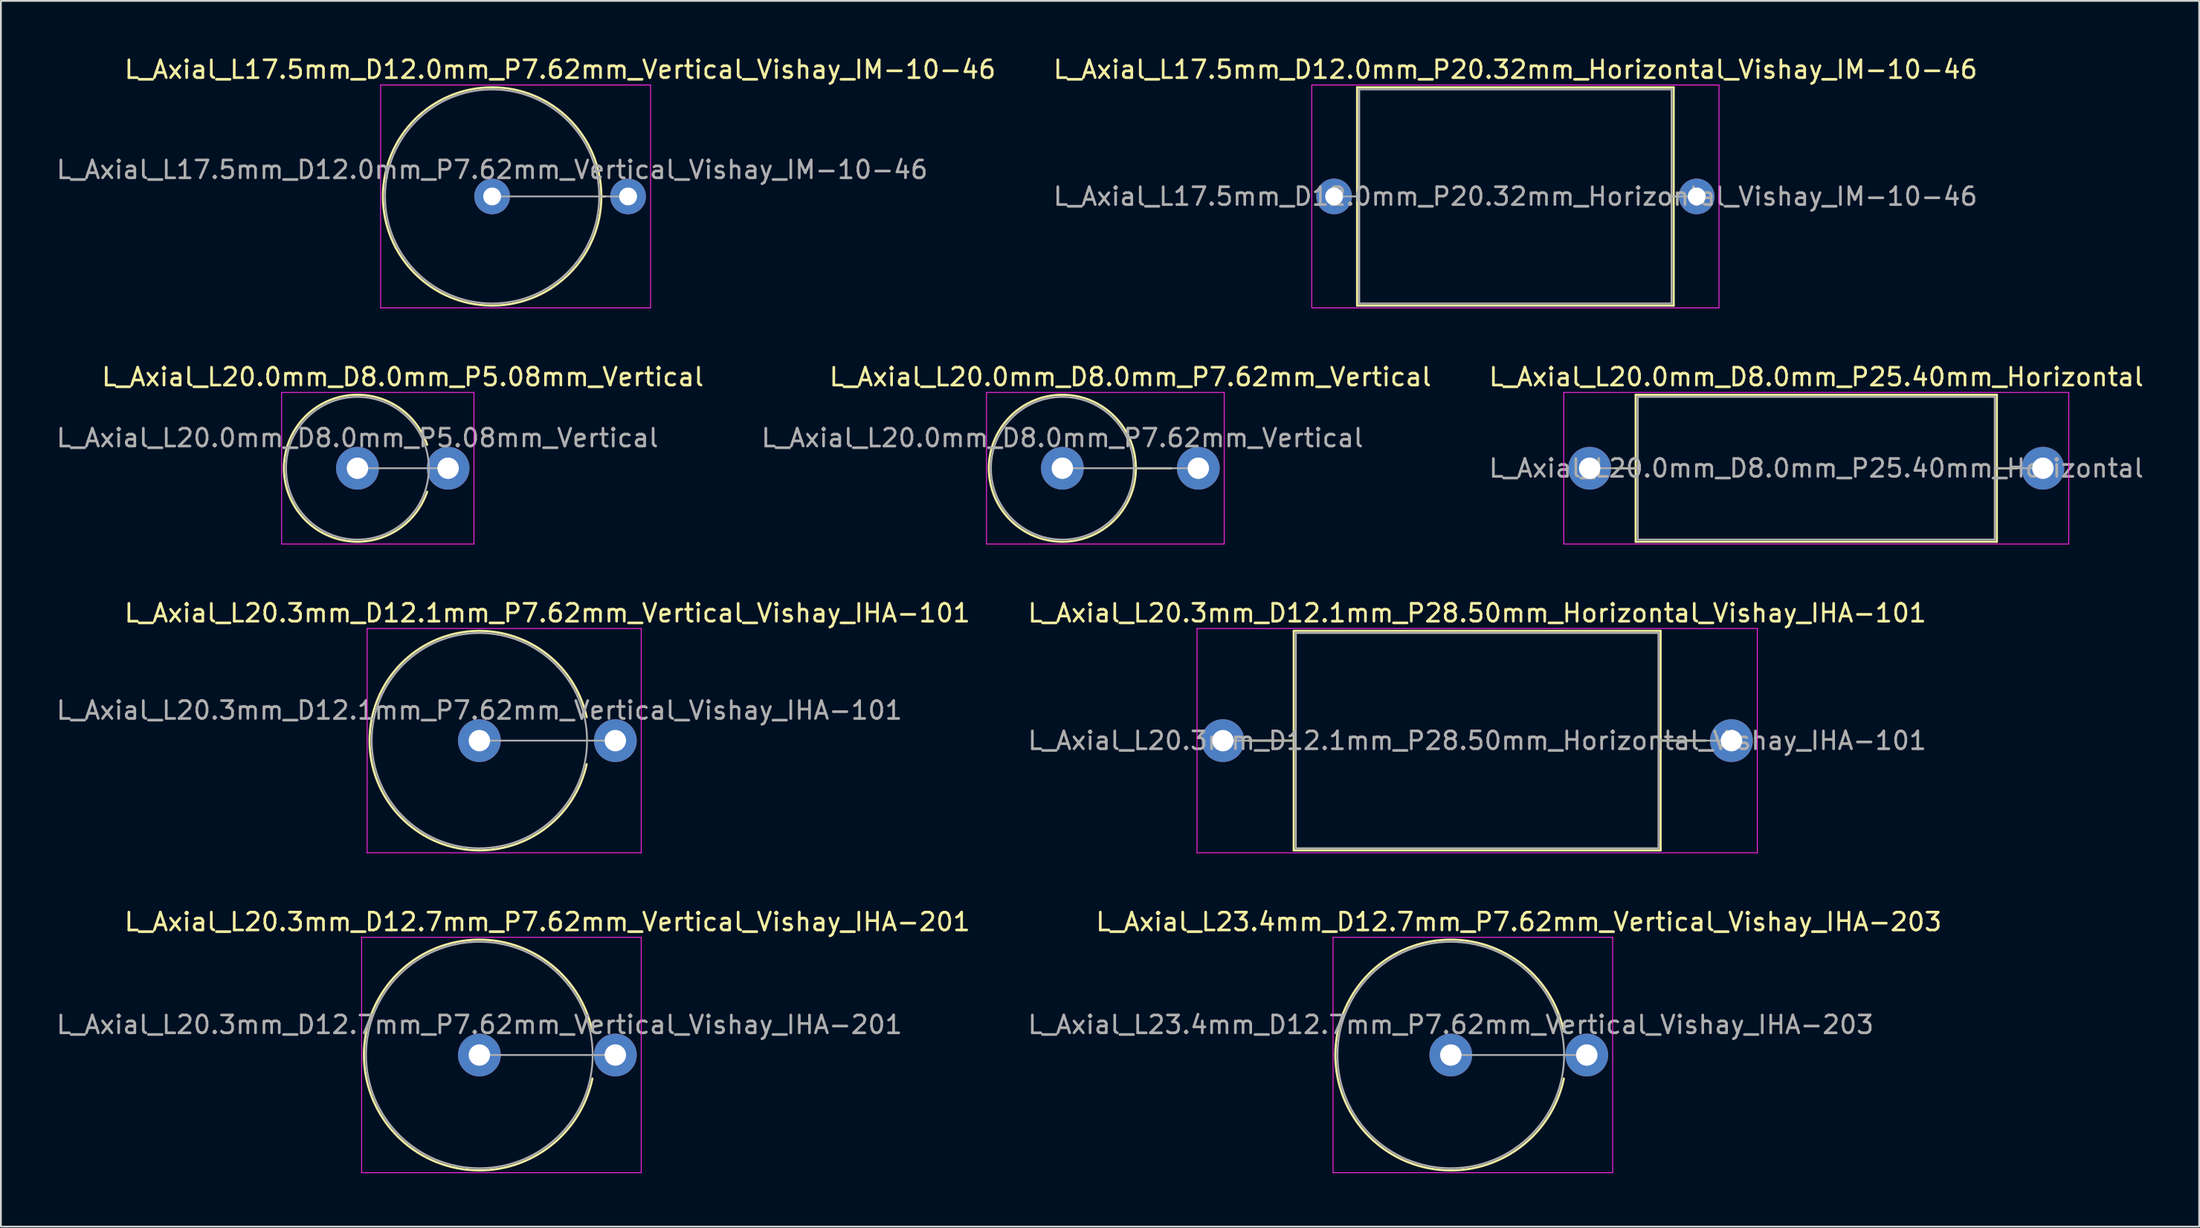
<source format=kicad_pcb>
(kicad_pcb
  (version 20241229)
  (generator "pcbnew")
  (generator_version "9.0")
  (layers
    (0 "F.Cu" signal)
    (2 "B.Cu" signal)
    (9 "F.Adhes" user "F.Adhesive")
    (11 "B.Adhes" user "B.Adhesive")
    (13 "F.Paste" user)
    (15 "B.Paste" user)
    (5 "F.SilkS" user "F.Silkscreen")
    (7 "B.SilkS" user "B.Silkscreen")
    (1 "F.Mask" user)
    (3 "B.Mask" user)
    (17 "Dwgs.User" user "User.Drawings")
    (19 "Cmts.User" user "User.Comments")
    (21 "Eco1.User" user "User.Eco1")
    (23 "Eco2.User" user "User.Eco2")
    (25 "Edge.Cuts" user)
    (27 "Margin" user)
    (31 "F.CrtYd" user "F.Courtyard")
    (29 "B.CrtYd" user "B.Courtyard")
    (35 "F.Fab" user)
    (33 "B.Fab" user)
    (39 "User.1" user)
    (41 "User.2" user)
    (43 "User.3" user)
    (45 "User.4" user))
  (footprint "L_Axial_L17.5mm_D12.0mm_P7.62mm_Vertical_Vishay_IM-10-46"
    (layer "F.Cu")
    (at 24.53 7.968)
    (property "Reference" "L_Axial_L17.5mm_D12.0mm_P7.62mm_Vertical_Vishay_IM-10-46" (at 3.81 -7.12 0) (layer "F.SilkS") (effects (font (size 1 1) (thickness 0.15))))
    (attr through_hole)
    (fp_line (start 6.12 0) (end 6.32 0) (stroke (width 0.12) (type solid)) (layer "F.SilkS"))
    (fp_circle (center 0 0) (end 6.12 0) (stroke (width 0.12) (type solid)) (fill no) (layer "F.SilkS"))
    (fp_line (start -6.25 -6.25) (end -6.25 6.25) (stroke (width 0.05) (type solid)) (layer "F.CrtYd"))
    (fp_line (start -6.25 6.25) (end 8.88 6.25) (stroke (width 0.05) (type solid)) (layer "F.CrtYd"))
    (fp_line (start 8.88 -6.25) (end -6.25 -6.25) (stroke (width 0.05) (type solid)) (layer "F.CrtYd"))
    (fp_line (start 8.88 6.25) (end 8.88 -6.25) (stroke (width 0.05) (type solid)) (layer "F.CrtYd"))
    (fp_line (start 0 0) (end 7.62 0) (stroke (width 0.1) (type solid)) (layer "F.Fab"))
    (fp_circle (center 0 0) (end 6 0) (stroke (width 0.1) (type solid)) (fill no) (layer "F.Fab"))
    (fp_text user "${REFERENCE}" (at 0 -1.5 0) (layer "F.Fab") (effects (font (size 1 1) (thickness 0.15))))
    (pad "1" thru_hole circle (at 0 0) (size 2 2) (drill 1) (layers "*.Cu" "*.Mask"))
    (pad "2" thru_hole oval (at 7.62 0) (size 2 2) (drill 1) (layers "*.Cu" "*.Mask")))
  (footprint "L_Axial_L17.5mm_D12.0mm_P20.32mm_Horizontal_Vishay_IM-10-46"
    (layer "F.Cu")
    (at 71.715 7.968)
    (property "Reference" "L_Axial_L17.5mm_D12.0mm_P20.32mm_Horizontal_Vishay_IM-10-46" (at 10.16 -7.12 0) (layer "F.SilkS") (effects (font (size 1 1) (thickness 0.15))))
    (attr through_hole)
    (fp_line (start 1.24 0) (end 1.29 0) (stroke (width 0.12) (type solid)) (layer "F.SilkS"))
    (fp_line (start 1.29 -6.12) (end 1.29 6.12) (stroke (width 0.12) (type solid)) (layer "F.SilkS"))
    (fp_line (start 1.29 6.12) (end 19.03 6.12) (stroke (width 0.12) (type solid)) (layer "F.SilkS"))
    (fp_line (start 19.03 -6.12) (end 1.29 -6.12) (stroke (width 0.12) (type solid)) (layer "F.SilkS"))
    (fp_line (start 19.03 6.12) (end 19.03 -6.12) (stroke (width 0.12) (type solid)) (layer "F.SilkS"))
    (fp_line (start 19.08 0) (end 19.03 0) (stroke (width 0.12) (type solid)) (layer "F.SilkS"))
    (fp_line (start -1.25 -6.25) (end -1.25 6.25) (stroke (width 0.05) (type solid)) (layer "F.CrtYd"))
    (fp_line (start -1.25 6.25) (end 21.57 6.25) (stroke (width 0.05) (type solid)) (layer "F.CrtYd"))
    (fp_line (start 21.57 -6.25) (end -1.25 -6.25) (stroke (width 0.05) (type solid)) (layer "F.CrtYd"))
    (fp_line (start 21.57 6.25) (end 21.57 -6.25) (stroke (width 0.05) (type solid)) (layer "F.CrtYd"))
    (fp_line (start 0 0) (end 1.41 0) (stroke (width 0.1) (type solid)) (layer "F.Fab"))
    (fp_line (start 1.41 -6) (end 1.41 6) (stroke (width 0.1) (type solid)) (layer "F.Fab"))
    (fp_line (start 1.41 6) (end 18.91 6) (stroke (width 0.1) (type solid)) (layer "F.Fab"))
    (fp_line (start 18.91 -6) (end 1.41 -6) (stroke (width 0.1) (type solid)) (layer "F.Fab"))
    (fp_line (start 18.91 6) (end 18.91 -6) (stroke (width 0.1) (type solid)) (layer "F.Fab"))
    (fp_line (start 20.32 0) (end 18.91 0) (stroke (width 0.1) (type solid)) (layer "F.Fab"))
    (fp_text user "${REFERENCE}" (at 10.16 0 0) (layer "F.Fab") (effects (font (size 1 1) (thickness 0.15))))
    (pad "1" thru_hole circle (at 0 0) (size 2 2) (drill 1) (layers "*.Cu" "*.Mask"))
    (pad "2" thru_hole oval (at 20.32 0) (size 2 2) (drill 1) (layers "*.Cu" "*.Mask")))
  (footprint "L_Axial_L20.3mm_D12.1mm_P28.50mm_Horizontal_Vishay_IHA-101"
    (layer "F.Cu")
    (at 65.483 38.49)
    (property "Reference" "L_Axial_L20.3mm_D12.1mm_P28.50mm_Horizontal_Vishay_IHA-101" (at 14.25 -7.155 0) (layer "F.SilkS") (effects (font (size 1 1) (thickness 0.15))))
    (attr through_hole)
    (fp_line (start 1.44 0) (end 3.97 0) (stroke (width 0.12) (type solid)) (layer "F.SilkS"))
    (fp_line (start 3.97 -6.155) (end 3.97 6.155) (stroke (width 0.12) (type solid)) (layer "F.SilkS"))
    (fp_line (start 3.97 6.155) (end 24.53 6.155) (stroke (width 0.12) (type solid)) (layer "F.SilkS"))
    (fp_line (start 24.53 -6.155) (end 3.97 -6.155) (stroke (width 0.12) (type solid)) (layer "F.SilkS"))
    (fp_line (start 24.53 6.155) (end 24.53 -6.155) (stroke (width 0.12) (type solid)) (layer "F.SilkS"))
    (fp_line (start 27.06 0) (end 24.53 0) (stroke (width 0.12) (type solid)) (layer "F.SilkS"))
    (fp_line (start -1.45 -6.29) (end -1.45 6.29) (stroke (width 0.05) (type solid)) (layer "F.CrtYd"))
    (fp_line (start -1.45 6.29) (end 29.95 6.29) (stroke (width 0.05) (type solid)) (layer "F.CrtYd"))
    (fp_line (start 29.95 -6.29) (end -1.45 -6.29) (stroke (width 0.05) (type solid)) (layer "F.CrtYd"))
    (fp_line (start 29.95 6.29) (end 29.95 -6.29) (stroke (width 0.05) (type solid)) (layer "F.CrtYd"))
    (fp_line (start 0 0) (end 4.09 0) (stroke (width 0.1) (type solid)) (layer "F.Fab"))
    (fp_line (start 4.09 -6.035) (end 4.09 6.035) (stroke (width 0.1) (type solid)) (layer "F.Fab"))
    (fp_line (start 4.09 6.035) (end 24.41 6.035) (stroke (width 0.1) (type solid)) (layer "F.Fab"))
    (fp_line (start 24.41 -6.035) (end 4.09 -6.035) (stroke (width 0.1) (type solid)) (layer "F.Fab"))
    (fp_line (start 24.41 6.035) (end 24.41 -6.035) (stroke (width 0.1) (type solid)) (layer "F.Fab"))
    (fp_line (start 28.5 0) (end 24.41 0) (stroke (width 0.1) (type solid)) (layer "F.Fab"))
    (fp_text user "${REFERENCE}" (at 14.25 0 0) (layer "F.Fab") (effects (font (size 1 1) (thickness 0.15))))
    (pad "1" thru_hole circle (at 0 0) (size 2.4 2.4) (drill 1.2) (layers "*.Cu" "*.Mask"))
    (pad "2" thru_hole oval (at 28.5 0) (size 2.4 2.4) (drill 1.2) (layers "*.Cu" "*.Mask")))
  (footprint "L_Axial_L20.0mm_D8.0mm_P7.62mm_Vertical"
    (layer "F.Cu")
    (at 56.486 23.212)
    (property "Reference" "L_Axial_L20.0mm_D8.0mm_P7.62mm_Vertical" (at 3.81 -5.12 0) (layer "F.SilkS") (effects (font (size 1 1) (thickness 0.15))))
    (attr through_hole)
    (fp_line (start 4.12 0) (end 6.12 0) (stroke (width 0.12) (type solid)) (layer "F.SilkS"))
    (fp_circle (center 0 0) (end 4.12 0) (stroke (width 0.12) (type solid)) (fill no) (layer "F.SilkS"))
    (fp_line (start -4.25 -4.25) (end -4.25 4.25) (stroke (width 0.05) (type solid)) (layer "F.CrtYd"))
    (fp_line (start -4.25 4.25) (end 9.07 4.25) (stroke (width 0.05) (type solid)) (layer "F.CrtYd"))
    (fp_line (start 9.07 -4.25) (end -4.25 -4.25) (stroke (width 0.05) (type solid)) (layer "F.CrtYd"))
    (fp_line (start 9.07 4.25) (end 9.07 -4.25) (stroke (width 0.05) (type solid)) (layer "F.CrtYd"))
    (fp_line (start 0 0) (end 7.62 0) (stroke (width 0.1) (type solid)) (layer "F.Fab"))
    (fp_circle (center 0 0) (end 4 0) (stroke (width 0.1) (type solid)) (fill no) (layer "F.Fab"))
    (fp_text user "${REFERENCE}" (at 0 -1.7 0) (layer "F.Fab") (effects (font (size 1 1) (thickness 0.15))))
    (pad "1" thru_hole circle (at 0 0) (size 2.4 2.4) (drill 1.2) (layers "*.Cu" "*.Mask"))
    (pad "2" thru_hole oval (at 7.62 0) (size 2.4 2.4) (drill 1.2) (layers "*.Cu" "*.Mask")))
  (footprint "L_Axial_L20.3mm_D12.7mm_P7.62mm_Vertical_Vishay_IHA-201"
    (layer "F.Cu")
    (at 23.815 56.123)
    (property "Reference" "L_Axial_L20.3mm_D12.7mm_P7.62mm_Vertical_Vishay_IHA-201" (at 3.81 -7.47 0) (layer "F.SilkS") (effects (font (size 1 1) (thickness 0.15))))
    (attr through_hole)
    (fp_arc (start 6.333917 1.32) (mid -6.47 0) (end 6.333917 -1.32) (stroke (width 0.12) (type solid)) (layer "F.SilkS"))
    (fp_line (start -6.6 -6.6) (end -6.6 6.6) (stroke (width 0.05) (type solid)) (layer "F.CrtYd"))
    (fp_line (start -6.6 6.6) (end 9.07 6.6) (stroke (width 0.05) (type solid)) (layer "F.CrtYd"))
    (fp_line (start 9.07 -6.6) (end -6.6 -6.6) (stroke (width 0.05) (type solid)) (layer "F.CrtYd"))
    (fp_line (start 9.07 6.6) (end 9.07 -6.6) (stroke (width 0.05) (type solid)) (layer "F.CrtYd"))
    (fp_line (start 0 0) (end 7.62 0) (stroke (width 0.1) (type solid)) (layer "F.Fab"))
    (fp_circle (center 0 0) (end 6.35 0) (stroke (width 0.1) (type solid)) (fill no) (layer "F.Fab"))
    (fp_text user "${REFERENCE}" (at 0 -1.7 0) (layer "F.Fab") (effects (font (size 1 1) (thickness 0.15))))
    (pad "1" thru_hole circle (at 0 0) (size 2.4 2.4) (drill 1.2) (layers "*.Cu" "*.Mask"))
    (pad "2" thru_hole oval (at 7.62 0) (size 2.4 2.4) (drill 1.2) (layers "*.Cu" "*.Mask")))
  (footprint "L_Axial_L20.3mm_D12.1mm_P7.62mm_Vertical_Vishay_IHA-101"
    (layer "F.Cu")
    (at 23.815 38.49)
    (property "Reference" "L_Axial_L20.3mm_D12.1mm_P7.62mm_Vertical_Vishay_IHA-101" (at 3.81 -7.155 0) (layer "F.SilkS") (effects (font (size 1 1) (thickness 0.15))))
    (attr through_hole)
    (fp_arc (start 6.01179 1.32) (mid -6.155 0) (end 6.01179 -1.32) (stroke (width 0.12) (type solid)) (layer "F.SilkS"))
    (fp_line (start -6.29 -6.29) (end -6.29 6.29) (stroke (width 0.05) (type solid)) (layer "F.CrtYd"))
    (fp_line (start -6.29 6.29) (end 9.07 6.29) (stroke (width 0.05) (type solid)) (layer "F.CrtYd"))
    (fp_line (start 9.07 -6.29) (end -6.29 -6.29) (stroke (width 0.05) (type solid)) (layer "F.CrtYd"))
    (fp_line (start 9.07 6.29) (end 9.07 -6.29) (stroke (width 0.05) (type solid)) (layer "F.CrtYd"))
    (fp_line (start 0 0) (end 7.62 0) (stroke (width 0.1) (type solid)) (layer "F.Fab"))
    (fp_circle (center 0 0) (end 6.035 0) (stroke (width 0.1) (type solid)) (fill no) (layer "F.Fab"))
    (fp_text user "${REFERENCE}" (at 0 -1.7 0) (layer "F.Fab") (effects (font (size 1 1) (thickness 0.15))))
    (pad "1" thru_hole circle (at 0 0) (size 2.4 2.4) (drill 1.2) (layers "*.Cu" "*.Mask"))
    (pad "2" thru_hole oval (at 7.62 0) (size 2.4 2.4) (drill 1.2) (layers "*.Cu" "*.Mask")))
  (footprint "L_Axial_L20.0mm_D8.0mm_P5.08mm_Vertical"
    (layer "F.Cu")
    (at 16.982 23.212)
    (property "Reference" "L_Axial_L20.0mm_D8.0mm_P5.08mm_Vertical" (at 2.54 -5.12 0) (layer "F.SilkS") (effects (font (size 1 1) (thickness 0.15))))
    (attr through_hole)
    (fp_arc (start 3.902819 1.32) (mid -4.12 0) (end 3.902819 -1.32) (stroke (width 0.12) (type solid)) (layer "F.SilkS"))
    (fp_line (start -4.25 -4.25) (end -4.25 4.25) (stroke (width 0.05) (type solid)) (layer "F.CrtYd"))
    (fp_line (start -4.25 4.25) (end 6.53 4.25) (stroke (width 0.05) (type solid)) (layer "F.CrtYd"))
    (fp_line (start 6.53 -4.25) (end -4.25 -4.25) (stroke (width 0.05) (type solid)) (layer "F.CrtYd"))
    (fp_line (start 6.53 4.25) (end 6.53 -4.25) (stroke (width 0.05) (type solid)) (layer "F.CrtYd"))
    (fp_line (start 0 0) (end 5.08 0) (stroke (width 0.1) (type solid)) (layer "F.Fab"))
    (fp_circle (center 0 0) (end 4 0) (stroke (width 0.1) (type solid)) (fill no) (layer "F.Fab"))
    (fp_text user "${REFERENCE}" (at 0 -1.7 0) (layer "F.Fab") (effects (font (size 1 1) (thickness 0.15))))
    (pad "1" thru_hole circle (at 0 0) (size 2.4 2.4) (drill 1.2) (layers "*.Cu" "*.Mask"))
    (pad "2" thru_hole oval (at 5.08 0) (size 2.4 2.4) (drill 1.2) (layers "*.Cu" "*.Mask")))
  (footprint "L_Axial_L20.0mm_D8.0mm_P25.40mm_Horizontal"
    (layer "F.Cu")
    (at 86.037 23.212)
    (property "Reference" "L_Axial_L20.0mm_D8.0mm_P25.40mm_Horizontal" (at 12.7 -5.12 0) (layer "F.SilkS") (effects (font (size 1 1) (thickness 0.15))))
    (attr through_hole)
    (fp_line (start 1.44 0) (end 2.58 0) (stroke (width 0.12) (type solid)) (layer "F.SilkS"))
    (fp_line (start 2.58 -4.12) (end 2.58 4.12) (stroke (width 0.12) (type solid)) (layer "F.SilkS"))
    (fp_line (start 2.58 4.12) (end 22.82 4.12) (stroke (width 0.12) (type solid)) (layer "F.SilkS"))
    (fp_line (start 22.82 -4.12) (end 2.58 -4.12) (stroke (width 0.12) (type solid)) (layer "F.SilkS"))
    (fp_line (start 22.82 4.12) (end 22.82 -4.12) (stroke (width 0.12) (type solid)) (layer "F.SilkS"))
    (fp_line (start 23.96 0) (end 22.82 0) (stroke (width 0.12) (type solid)) (layer "F.SilkS"))
    (fp_line (start -1.45 -4.25) (end -1.45 4.25) (stroke (width 0.05) (type solid)) (layer "F.CrtYd"))
    (fp_line (start -1.45 4.25) (end 26.85 4.25) (stroke (width 0.05) (type solid)) (layer "F.CrtYd"))
    (fp_line (start 26.85 -4.25) (end -1.45 -4.25) (stroke (width 0.05) (type solid)) (layer "F.CrtYd"))
    (fp_line (start 26.85 4.25) (end 26.85 -4.25) (stroke (width 0.05) (type solid)) (layer "F.CrtYd"))
    (fp_line (start 0 0) (end 2.7 0) (stroke (width 0.1) (type solid)) (layer "F.Fab"))
    (fp_line (start 2.7 -4) (end 2.7 4) (stroke (width 0.1) (type solid)) (layer "F.Fab"))
    (fp_line (start 2.7 4) (end 22.7 4) (stroke (width 0.1) (type solid)) (layer "F.Fab"))
    (fp_line (start 22.7 -4) (end 2.7 -4) (stroke (width 0.1) (type solid)) (layer "F.Fab"))
    (fp_line (start 22.7 4) (end 22.7 -4) (stroke (width 0.1) (type solid)) (layer "F.Fab"))
    (fp_line (start 25.4 0) (end 22.7 0) (stroke (width 0.1) (type solid)) (layer "F.Fab"))
    (fp_text user "${REFERENCE}" (at 12.7 0 0) (layer "F.Fab") (effects (font (size 1 1) (thickness 0.15))))
    (pad "1" thru_hole circle (at 0 0) (size 2.4 2.4) (drill 1.2) (layers "*.Cu" "*.Mask"))
    (pad "2" thru_hole oval (at 25.4 0) (size 2.4 2.4) (drill 1.2) (layers "*.Cu" "*.Mask")))
  (footprint "L_Axial_L23.4mm_D12.7mm_P7.62mm_Vertical_Vishay_IHA-203"
    (layer "F.Cu")
    (at 78.256 56.123)
    (property "Reference" "L_Axial_L23.4mm_D12.7mm_P7.62mm_Vertical_Vishay_IHA-203" (at 3.81 -7.47 0) (layer "F.SilkS") (effects (font (size 1 1) (thickness 0.15))))
    (attr through_hole)
    (fp_arc (start 6.333917 1.32) (mid -6.47 0) (end 6.333917 -1.32) (stroke (width 0.12) (type solid)) (layer "F.SilkS"))
    (fp_line (start -6.6 -6.6) (end -6.6 6.6) (stroke (width 0.05) (type solid)) (layer "F.CrtYd"))
    (fp_line (start -6.6 6.6) (end 9.07 6.6) (stroke (width 0.05) (type solid)) (layer "F.CrtYd"))
    (fp_line (start 9.07 -6.6) (end -6.6 -6.6) (stroke (width 0.05) (type solid)) (layer "F.CrtYd"))
    (fp_line (start 9.07 6.6) (end 9.07 -6.6) (stroke (width 0.05) (type solid)) (layer "F.CrtYd"))
    (fp_line (start 0 0) (end 7.62 0) (stroke (width 0.1) (type solid)) (layer "F.Fab"))
    (fp_circle (center 0 0) (end 6.35 0) (stroke (width 0.1) (type solid)) (fill no) (layer "F.Fab"))
    (fp_text user "${REFERENCE}" (at 0 -1.7 0) (layer "F.Fab") (effects (font (size 1 1) (thickness 0.15))))
    (pad "1" thru_hole circle (at 0 0) (size 2.4 2.4) (drill 1.2) (layers "*.Cu" "*.Mask"))
    (pad "2" thru_hole oval (at 7.62 0) (size 2.4 2.4) (drill 1.2) (layers "*.Cu" "*.Mask")))
  (gr_rect
    (start -3 -3)
    (end 120.195 65.748)
    (stroke (width 0.1) (type default))
    (fill no)
    (layer "Edge.Cuts")))
</source>
